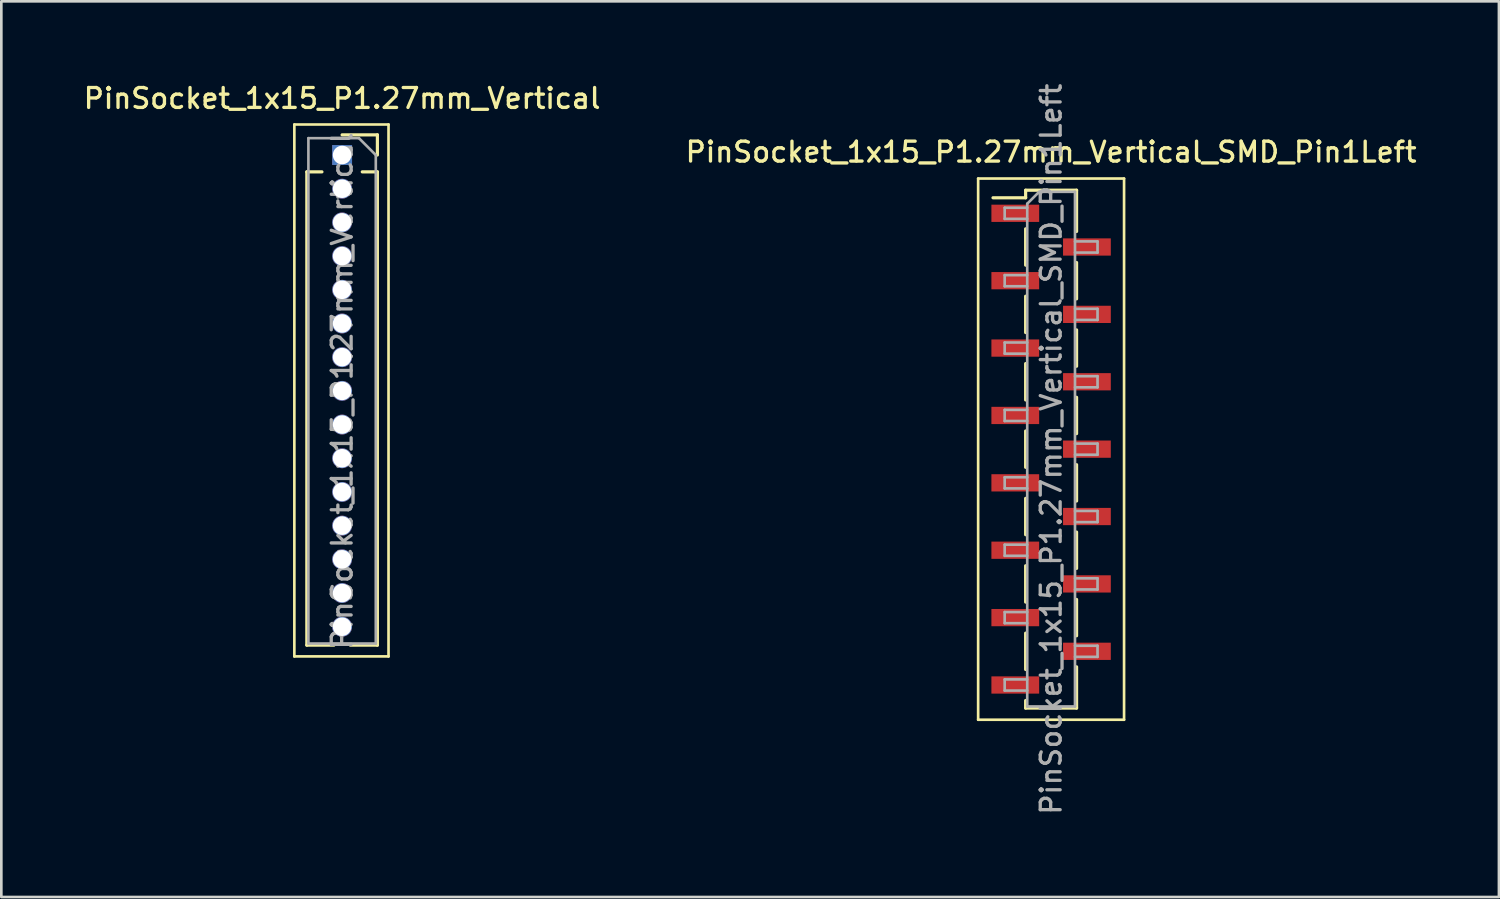
<source format=kicad_pcb>
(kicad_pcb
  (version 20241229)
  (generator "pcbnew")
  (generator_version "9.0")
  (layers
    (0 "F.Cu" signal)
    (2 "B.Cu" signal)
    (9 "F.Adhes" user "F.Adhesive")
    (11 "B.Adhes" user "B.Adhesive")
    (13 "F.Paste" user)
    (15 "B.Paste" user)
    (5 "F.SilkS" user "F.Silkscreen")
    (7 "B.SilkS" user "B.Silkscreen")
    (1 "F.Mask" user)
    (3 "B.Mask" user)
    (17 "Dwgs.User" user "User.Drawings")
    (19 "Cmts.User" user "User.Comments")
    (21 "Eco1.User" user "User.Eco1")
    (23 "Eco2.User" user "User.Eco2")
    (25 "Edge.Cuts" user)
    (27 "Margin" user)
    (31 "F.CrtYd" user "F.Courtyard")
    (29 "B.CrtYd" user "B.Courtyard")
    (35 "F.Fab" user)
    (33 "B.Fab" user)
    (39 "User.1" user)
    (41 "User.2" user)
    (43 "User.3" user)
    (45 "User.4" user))
  (footprint "PinSocket_1x15_P1.27mm_Vertical"
    (layer "F.Cu")
    (at 9.845 2.793)
    (property "Reference" "PinSocket_1x15_P1.27mm_Vertical" (at 0 -2.135 0) (layer "F.SilkS") (effects (font (size 0.75 0.75) (thickness 0.125))))
    (attr through_hole)
    (fp_line (start -1.8 -1.15) (end 1.75 -1.15) (stroke (width 0.1) (type solid)) (layer "F.SilkS"))
    (fp_line (start -1.8 18.9) (end -1.8 -1.15) (stroke (width 0.1) (type solid)) (layer "F.SilkS"))
    (fp_line (start -1.33 0.635) (end -1.33 18.475) (stroke (width 0.12) (type solid)) (layer "F.SilkS"))
    (fp_line (start -1.33 0.635) (end -0.76 0.635) (stroke (width 0.12) (type solid)) (layer "F.SilkS"))
    (fp_line (start -1.33 18.475) (end -0.308 18.475) (stroke (width 0.12) (type solid)) (layer "F.SilkS"))
    (fp_line (start 0 -0.76) (end 1.33 -0.76) (stroke (width 0.12) (type solid)) (layer "F.SilkS"))
    (fp_line (start 0.308 18.475) (end 1.33 18.475) (stroke (width 0.12) (type solid)) (layer "F.SilkS"))
    (fp_line (start 0.76 0.635) (end 1.33 0.635) (stroke (width 0.12) (type solid)) (layer "F.SilkS"))
    (fp_line (start 1.33 -0.76) (end 1.33 0) (stroke (width 0.12) (type solid)) (layer "F.SilkS"))
    (fp_line (start 1.33 0.635) (end 1.33 18.475) (stroke (width 0.12) (type solid)) (layer "F.SilkS"))
    (fp_line (start 1.75 -1.15) (end 1.75 18.9) (stroke (width 0.1) (type solid)) (layer "F.SilkS"))
    (fp_line (start 1.75 18.9) (end -1.8 18.9) (stroke (width 0.1) (type solid)) (layer "F.SilkS"))
    (fp_line (start -1.27 -0.635) (end 0.635 -0.635) (stroke (width 0.1) (type solid)) (layer "F.Fab"))
    (fp_line (start -1.27 18.415) (end -1.27 -0.635) (stroke (width 0.1) (type solid)) (layer "F.Fab"))
    (fp_line (start 0.635 -0.635) (end 1.27 0) (stroke (width 0.1) (type solid)) (layer "F.Fab"))
    (fp_line (start 1.27 0) (end 1.27 18.415) (stroke (width 0.1) (type solid)) (layer "F.Fab"))
    (fp_line (start 1.27 18.415) (end -1.27 18.415) (stroke (width 0.1) (type solid)) (layer "F.Fab"))
    (fp_text user "${REFERENCE}" (at 0 8.89 90) (layer "F.Fab") (effects (font (size 0.75 0.75) (thickness 0.125))))
    (pad "1" thru_hole rect (at 0 0) (size 0.75 0.75) (drill 0.7) (layers "*.Cu" "*.Mask"))
    (pad "2" thru_hole oval (at 0 1.27) (size 0.75 0.75) (drill 0.7) (layers "*.Cu" "*.Mask"))
    (pad "3" thru_hole oval (at 0 2.54) (size 0.75 0.75) (drill 0.7) (layers "*.Cu" "*.Mask"))
    (pad "4" thru_hole oval (at 0 3.81) (size 0.75 0.75) (drill 0.7) (layers "*.Cu" "*.Mask"))
    (pad "5" thru_hole oval (at 0 5.08) (size 0.75 0.75) (drill 0.7) (layers "*.Cu" "*.Mask"))
    (pad "6" thru_hole oval (at 0 6.35) (size 0.75 0.75) (drill 0.7) (layers "*.Cu" "*.Mask"))
    (pad "7" thru_hole oval (at 0 7.62) (size 0.75 0.75) (drill 0.7) (layers "*.Cu" "*.Mask"))
    (pad "8" thru_hole oval (at 0 8.89) (size 0.75 0.75) (drill 0.7) (layers "*.Cu" "*.Mask"))
    (pad "9" thru_hole oval (at 0 10.16) (size 0.75 0.75) (drill 0.7) (layers "*.Cu" "*.Mask"))
    (pad "10" thru_hole oval (at 0 11.43) (size 0.75 0.75) (drill 0.7) (layers "*.Cu" "*.Mask"))
    (pad "11" thru_hole oval (at 0 12.7) (size 0.75 0.75) (drill 0.7) (layers "*.Cu" "*.Mask"))
    (pad "12" thru_hole oval (at 0 13.97) (size 0.75 0.75) (drill 0.7) (layers "*.Cu" "*.Mask"))
    (pad "13" thru_hole oval (at 0 15.24) (size 0.75 0.75) (drill 0.7) (layers "*.Cu" "*.Mask"))
    (pad "14" thru_hole oval (at 0 16.51) (size 0.75 0.75) (drill 0.7) (layers "*.Cu" "*.Mask"))
    (pad "15" thru_hole oval (at 0 17.78) (size 0.75 0.75) (drill 0.7) (layers "*.Cu" "*.Mask")))
  (footprint "PinSocket_1x15_P1.27mm_Vertical_SMD_Pin1Left"
    (layer "F.Cu")
    (at 36.57 13.88)
    (property "Reference" "PinSocket_1x15_P1.27mm_Vertical_SMD_Pin1Left" (at 0 -11.2 0) (layer "F.SilkS") (effects (font (size 0.75 0.75) (thickness 0.125))))
    (attr smd)
    (fp_line (start -2.75 -10.2) (end 2.75 -10.2) (stroke (width 0.1) (type solid)) (layer "F.SilkS"))
    (fp_line (start -2.75 10.2) (end -2.75 -10.2) (stroke (width 0.1) (type solid)) (layer "F.SilkS"))
    (fp_line (start -2.19 -9.475) (end -0.96 -9.475) (stroke (width 0.12) (type solid)) (layer "F.SilkS"))
    (fp_line (start -0.96 -9.76) (end -0.96 -9.475) (stroke (width 0.12) (type solid)) (layer "F.SilkS"))
    (fp_line (start -0.96 -9.76) (end 0.96 -9.76) (stroke (width 0.12) (type solid)) (layer "F.SilkS"))
    (fp_line (start -0.96 -8.305) (end -0.96 -6.935) (stroke (width 0.12) (type solid)) (layer "F.SilkS"))
    (fp_line (start -0.96 -5.765) (end -0.96 -4.395) (stroke (width 0.12) (type solid)) (layer "F.SilkS"))
    (fp_line (start -0.96 -3.225) (end -0.96 -1.855) (stroke (width 0.12) (type solid)) (layer "F.SilkS"))
    (fp_line (start -0.96 -0.685) (end -0.96 0.685) (stroke (width 0.12) (type solid)) (layer "F.SilkS"))
    (fp_line (start -0.96 1.855) (end -0.96 3.225) (stroke (width 0.12) (type solid)) (layer "F.SilkS"))
    (fp_line (start -0.96 4.395) (end -0.96 5.765) (stroke (width 0.12) (type solid)) (layer "F.SilkS"))
    (fp_line (start -0.96 6.935) (end -0.96 8.305) (stroke (width 0.12) (type solid)) (layer "F.SilkS"))
    (fp_line (start -0.96 9.475) (end -0.96 9.76) (stroke (width 0.12) (type solid)) (layer "F.SilkS"))
    (fp_line (start -0.96 9.76) (end 0.96 9.76) (stroke (width 0.12) (type solid)) (layer "F.SilkS"))
    (fp_line (start 0.96 -9.76) (end 0.96 -8.205) (stroke (width 0.12) (type solid)) (layer "F.SilkS"))
    (fp_line (start 0.96 -7.035) (end 0.96 -5.665) (stroke (width 0.12) (type solid)) (layer "F.SilkS"))
    (fp_line (start 0.96 -4.495) (end 0.96 -3.125) (stroke (width 0.12) (type solid)) (layer "F.SilkS"))
    (fp_line (start 0.96 -1.955) (end 0.96 -0.585) (stroke (width 0.12) (type solid)) (layer "F.SilkS"))
    (fp_line (start 0.96 0.585) (end 0.96 1.955) (stroke (width 0.12) (type solid)) (layer "F.SilkS"))
    (fp_line (start 0.96 3.125) (end 0.96 4.495) (stroke (width 0.12) (type solid)) (layer "F.SilkS"))
    (fp_line (start 0.96 5.665) (end 0.96 7.035) (stroke (width 0.12) (type solid)) (layer "F.SilkS"))
    (fp_line (start 0.96 8.205) (end 0.96 9.76) (stroke (width 0.12) (type solid)) (layer "F.SilkS"))
    (fp_line (start 2.75 -10.2) (end 2.75 10.2) (stroke (width 0.1) (type solid)) (layer "F.SilkS"))
    (fp_line (start 2.75 10.2) (end -2.75 10.2) (stroke (width 0.1) (type solid)) (layer "F.SilkS"))
    (fp_line (start -1.75 -9.1) (end -0.9 -9.1) (stroke (width 0.1) (type solid)) (layer "F.Fab"))
    (fp_line (start -1.75 -8.68) (end -1.75 -9.1) (stroke (width 0.1) (type solid)) (layer "F.Fab"))
    (fp_line (start -1.75 -6.56) (end -0.9 -6.56) (stroke (width 0.1) (type solid)) (layer "F.Fab"))
    (fp_line (start -1.75 -6.14) (end -1.75 -6.56) (stroke (width 0.1) (type solid)) (layer "F.Fab"))
    (fp_line (start -1.75 -4.02) (end -0.9 -4.02) (stroke (width 0.1) (type solid)) (layer "F.Fab"))
    (fp_line (start -1.75 -3.6) (end -1.75 -4.02) (stroke (width 0.1) (type solid)) (layer "F.Fab"))
    (fp_line (start -1.75 -1.48) (end -0.9 -1.48) (stroke (width 0.1) (type solid)) (layer "F.Fab"))
    (fp_line (start -1.75 -1.06) (end -1.75 -1.48) (stroke (width 0.1) (type solid)) (layer "F.Fab"))
    (fp_line (start -1.75 1.06) (end -0.9 1.06) (stroke (width 0.1) (type solid)) (layer "F.Fab"))
    (fp_line (start -1.75 1.48) (end -1.75 1.06) (stroke (width 0.1) (type solid)) (layer "F.Fab"))
    (fp_line (start -1.75 3.6) (end -0.9 3.6) (stroke (width 0.1) (type solid)) (layer "F.Fab"))
    (fp_line (start -1.75 4.02) (end -1.75 3.6) (stroke (width 0.1) (type solid)) (layer "F.Fab"))
    (fp_line (start -1.75 6.14) (end -0.9 6.14) (stroke (width 0.1) (type solid)) (layer "F.Fab"))
    (fp_line (start -1.75 6.56) (end -1.75 6.14) (stroke (width 0.1) (type solid)) (layer "F.Fab"))
    (fp_line (start -1.75 8.68) (end -0.9 8.68) (stroke (width 0.1) (type solid)) (layer "F.Fab"))
    (fp_line (start -1.75 9.1) (end -1.75 8.68) (stroke (width 0.1) (type solid)) (layer "F.Fab"))
    (fp_line (start -0.9 -9.25) (end -0.45 -9.7) (stroke (width 0.1) (type solid)) (layer "F.Fab"))
    (fp_line (start -0.9 -8.68) (end -1.75 -8.68) (stroke (width 0.1) (type solid)) (layer "F.Fab"))
    (fp_line (start -0.9 -6.14) (end -1.75 -6.14) (stroke (width 0.1) (type solid)) (layer "F.Fab"))
    (fp_line (start -0.9 -3.6) (end -1.75 -3.6) (stroke (width 0.1) (type solid)) (layer "F.Fab"))
    (fp_line (start -0.9 -1.06) (end -1.75 -1.06) (stroke (width 0.1) (type solid)) (layer "F.Fab"))
    (fp_line (start -0.9 1.48) (end -1.75 1.48) (stroke (width 0.1) (type solid)) (layer "F.Fab"))
    (fp_line (start -0.9 4.02) (end -1.75 4.02) (stroke (width 0.1) (type solid)) (layer "F.Fab"))
    (fp_line (start -0.9 6.56) (end -1.75 6.56) (stroke (width 0.1) (type solid)) (layer "F.Fab"))
    (fp_line (start -0.9 9.1) (end -1.75 9.1) (stroke (width 0.1) (type solid)) (layer "F.Fab"))
    (fp_line (start -0.9 9.7) (end -0.9 -9.25) (stroke (width 0.1) (type solid)) (layer "F.Fab"))
    (fp_line (start -0.45 -9.7) (end 0.9 -9.7) (stroke (width 0.1) (type solid)) (layer "F.Fab"))
    (fp_line (start 0.9 -9.7) (end 0.9 9.7) (stroke (width 0.1) (type solid)) (layer "F.Fab"))
    (fp_line (start 0.9 -7.83) (end 1.75 -7.83) (stroke (width 0.1) (type solid)) (layer "F.Fab"))
    (fp_line (start 0.9 -5.29) (end 1.75 -5.29) (stroke (width 0.1) (type solid)) (layer "F.Fab"))
    (fp_line (start 0.9 -2.75) (end 1.75 -2.75) (stroke (width 0.1) (type solid)) (layer "F.Fab"))
    (fp_line (start 0.9 -0.21) (end 1.75 -0.21) (stroke (width 0.1) (type solid)) (layer "F.Fab"))
    (fp_line (start 0.9 2.33) (end 1.75 2.33) (stroke (width 0.1) (type solid)) (layer "F.Fab"))
    (fp_line (start 0.9 4.87) (end 1.75 4.87) (stroke (width 0.1) (type solid)) (layer "F.Fab"))
    (fp_line (start 0.9 7.41) (end 1.75 7.41) (stroke (width 0.1) (type solid)) (layer "F.Fab"))
    (fp_line (start 0.9 9.7) (end -0.9 9.7) (stroke (width 0.1) (type solid)) (layer "F.Fab"))
    (fp_line (start 1.75 -7.83) (end 1.75 -7.41) (stroke (width 0.1) (type solid)) (layer "F.Fab"))
    (fp_line (start 1.75 -7.41) (end 0.9 -7.41) (stroke (width 0.1) (type solid)) (layer "F.Fab"))
    (fp_line (start 1.75 -5.29) (end 1.75 -4.87) (stroke (width 0.1) (type solid)) (layer "F.Fab"))
    (fp_line (start 1.75 -4.87) (end 0.9 -4.87) (stroke (width 0.1) (type solid)) (layer "F.Fab"))
    (fp_line (start 1.75 -2.75) (end 1.75 -2.33) (stroke (width 0.1) (type solid)) (layer "F.Fab"))
    (fp_line (start 1.75 -2.33) (end 0.9 -2.33) (stroke (width 0.1) (type solid)) (layer "F.Fab"))
    (fp_line (start 1.75 -0.21) (end 1.75 0.21) (stroke (width 0.1) (type solid)) (layer "F.Fab"))
    (fp_line (start 1.75 0.21) (end 0.9 0.21) (stroke (width 0.1) (type solid)) (layer "F.Fab"))
    (fp_line (start 1.75 2.33) (end 1.75 2.75) (stroke (width 0.1) (type solid)) (layer "F.Fab"))
    (fp_line (start 1.75 2.75) (end 0.9 2.75) (stroke (width 0.1) (type solid)) (layer "F.Fab"))
    (fp_line (start 1.75 4.87) (end 1.75 5.29) (stroke (width 0.1) (type solid)) (layer "F.Fab"))
    (fp_line (start 1.75 5.29) (end 0.9 5.29) (stroke (width 0.1) (type solid)) (layer "F.Fab"))
    (fp_line (start 1.75 7.41) (end 1.75 7.83) (stroke (width 0.1) (type solid)) (layer "F.Fab"))
    (fp_line (start 1.75 7.83) (end 0.9 7.83) (stroke (width 0.1) (type solid)) (layer "F.Fab"))
    (fp_text user "${REFERENCE}" (at 0 0 90) (layer "F.Fab") (effects (font (size 0.75 0.75) (thickness 0.125))))
    (pad "1" smd rect (at -1.35 -8.89) (size 1.8 0.65) (layers "F.Cu" "F.Mask" "F.Paste"))
    (pad "2" smd rect (at 1.35 -7.62) (size 1.8 0.65) (layers "F.Cu" "F.Mask" "F.Paste"))
    (pad "3" smd rect (at -1.35 -6.35) (size 1.8 0.65) (layers "F.Cu" "F.Mask" "F.Paste"))
    (pad "4" smd rect (at 1.35 -5.08) (size 1.8 0.65) (layers "F.Cu" "F.Mask" "F.Paste"))
    (pad "5" smd rect (at -1.35 -3.81) (size 1.8 0.65) (layers "F.Cu" "F.Mask" "F.Paste"))
    (pad "6" smd rect (at 1.35 -2.54) (size 1.8 0.65) (layers "F.Cu" "F.Mask" "F.Paste"))
    (pad "7" smd rect (at -1.35 -1.27) (size 1.8 0.65) (layers "F.Cu" "F.Mask" "F.Paste"))
    (pad "8" smd rect (at 1.35 0) (size 1.8 0.65) (layers "F.Cu" "F.Mask" "F.Paste"))
    (pad "9" smd rect (at -1.35 1.27) (size 1.8 0.65) (layers "F.Cu" "F.Mask" "F.Paste"))
    (pad "10" smd rect (at 1.35 2.54) (size 1.8 0.65) (layers "F.Cu" "F.Mask" "F.Paste"))
    (pad "11" smd rect (at -1.35 3.81) (size 1.8 0.65) (layers "F.Cu" "F.Mask" "F.Paste"))
    (pad "12" smd rect (at 1.35 5.08) (size 1.8 0.65) (layers "F.Cu" "F.Mask" "F.Paste"))
    (pad "13" smd rect (at -1.35 6.35) (size 1.8 0.65) (layers "F.Cu" "F.Mask" "F.Paste"))
    (pad "14" smd rect (at 1.35 7.62) (size 1.8 0.65) (layers "F.Cu" "F.Mask" "F.Paste"))
    (pad "15" smd rect (at -1.35 8.89) (size 1.8 0.65) (layers "F.Cu" "F.Mask" "F.Paste")))
  (gr_rect
    (start -3 -3)
    (end 53.45 30.761)
    (stroke (width 0.1) (type default))
    (fill no)
    (layer "Edge.Cuts")))
</source>
